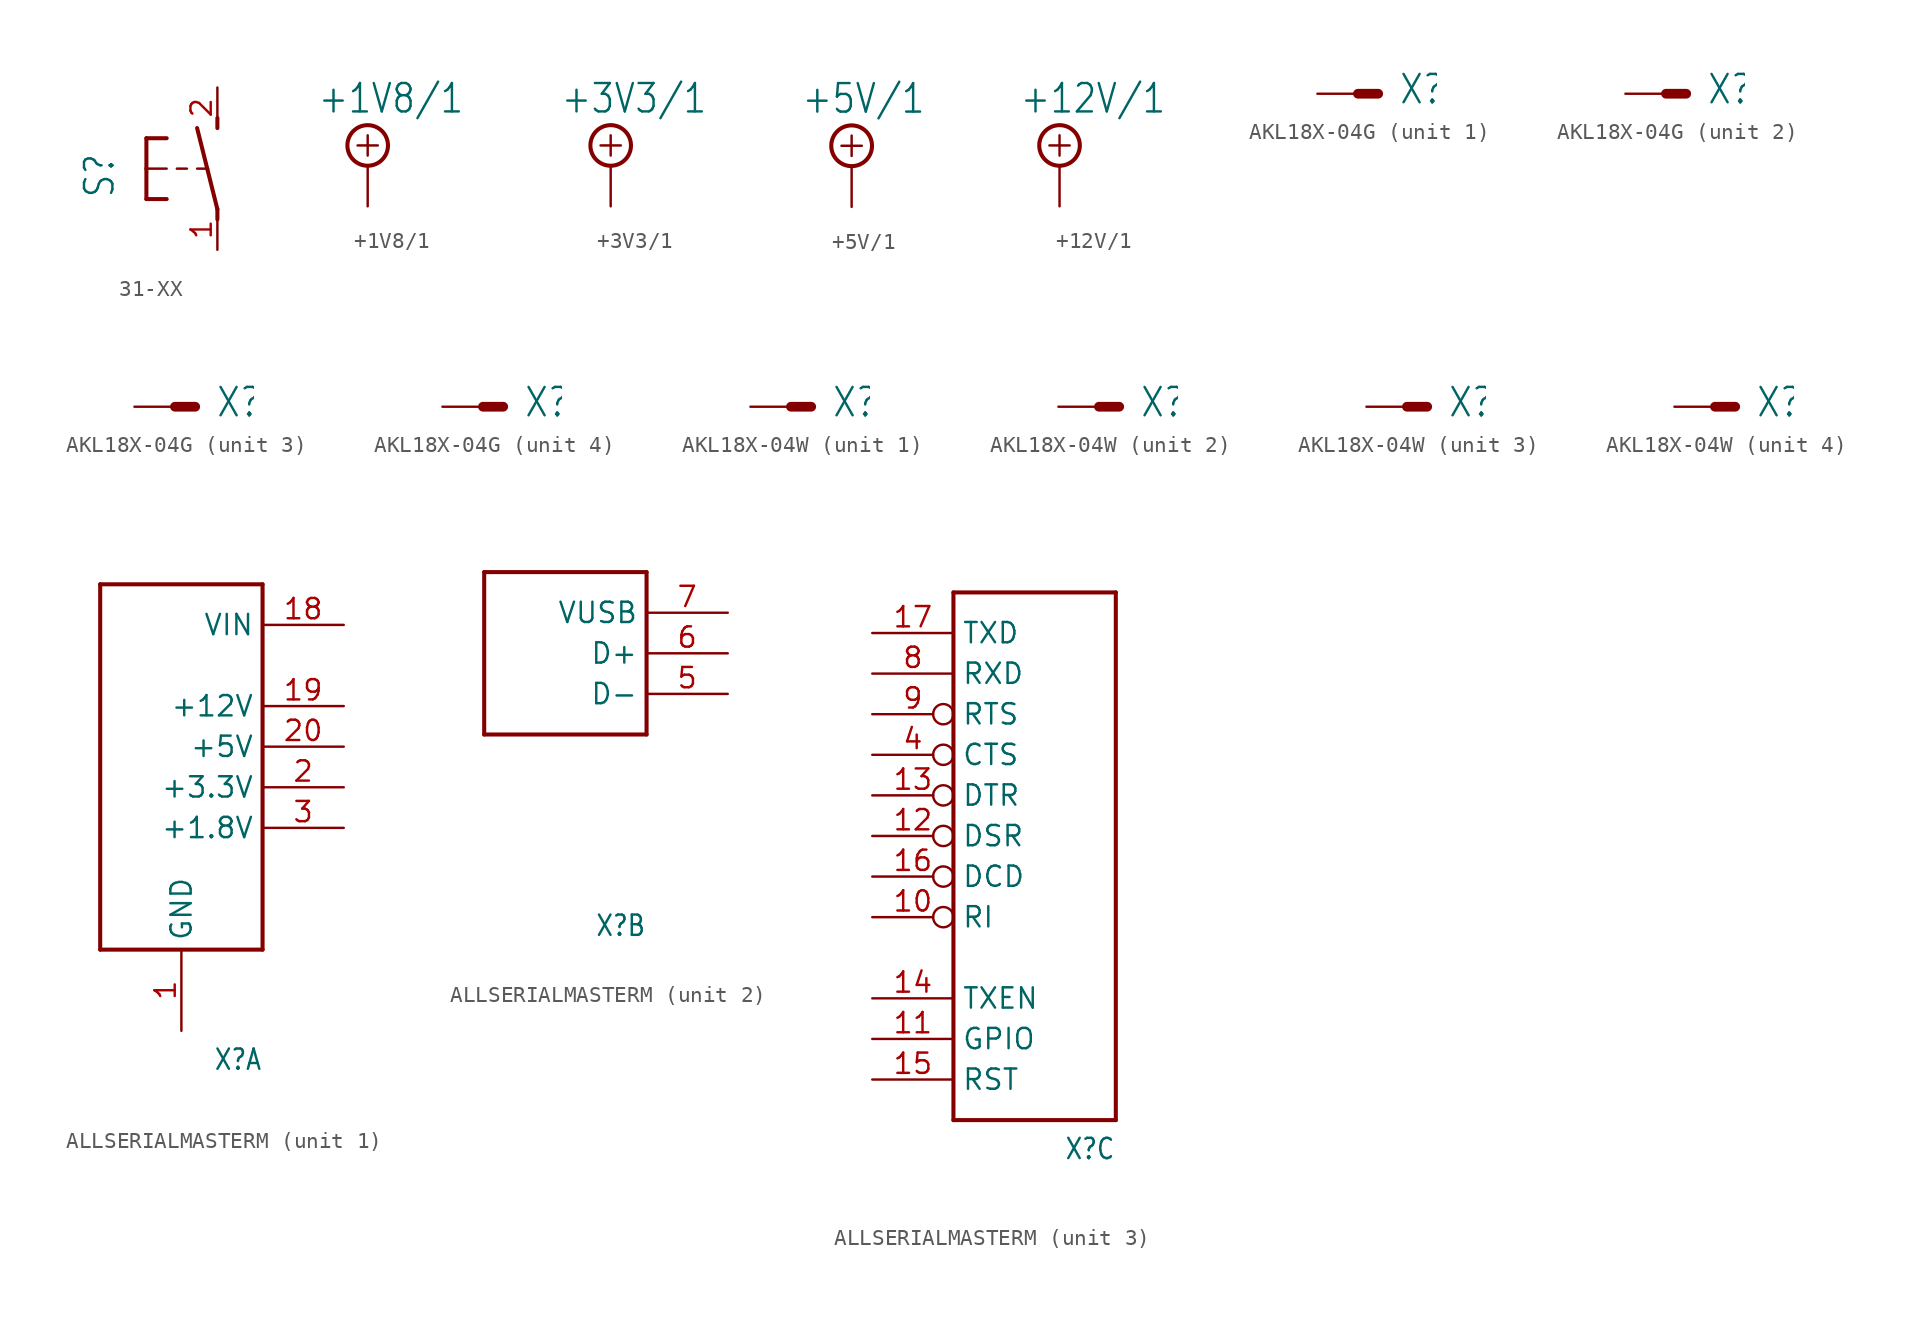
<source format=kicad_sym>
(kicad_symbol_lib
  (version 20220914)
  (generator kicad_symbol_editor)
  (symbol "31-XX"
    (property "Reference" "S"
      (at -6.35 -1.905 90)
      (effects (font (size 1.778 1.511)) (justify left bottom)))
    (property "Value" ""
      (at -3.81 3.175 90)
      (effects (font (size 1.778 1.511)) (justify left bottom)))
    (property "ki_locked" ""
      (at 0 0 0)
      (effects (font (size 1.27 1.27))))
    (symbol "31-XX_1_0"
      (polyline (pts (xy -4.445 -1.905) (xy -3.175 -1.905)) (stroke (width 0.254) (type solid)) (fill (type none)))
      (polyline (pts (xy -4.445 0) (xy -4.445 -1.905)) (stroke (width 0.254) (type solid)) (fill (type none)))
      (polyline (pts (xy -4.445 0) (xy -3.175 0)) (stroke (width 0.152) (type solid)) (fill (type none)))
      (polyline (pts (xy -4.445 1.905) (xy -4.445 0)) (stroke (width 0.254) (type solid)) (fill (type none)))
      (polyline (pts (xy -4.445 1.905) (xy -3.175 1.905)) (stroke (width 0.254) (type solid)) (fill (type none)))
      (polyline (pts (xy -2.54 0) (xy -1.905 0)) (stroke (width 0.152) (type solid)) (fill (type none)))
      (polyline (pts (xy -1.27 0) (xy -0.635 0)) (stroke (width 0.152) (type solid)) (fill (type none)))
      (polyline (pts (xy -0.635 0) (xy -1.27 2.54)) (stroke (width 0.254) (type solid)) (fill (type none)))
      (polyline (pts (xy 0 -3.175) (xy 0 -2.54)) (stroke (width 0.254) (type solid)) (fill (type none)))
      (polyline (pts (xy 0 -2.54) (xy -0.635 0)) (stroke (width 0.254) (type solid)) (fill (type none)))
      (polyline (pts (xy 0 2.54) (xy 0 3.175)) (stroke (width 0.254) (type solid)) (fill (type none)))
      (pin passive line (at 0 -5.08 90) (length 2.54) (name "P" (effects (font (size 0 0)))) (number "1" (effects (font (size 1.27 1.27)))))
      (pin passive line (at 0 5.08 270) (length 2.54) (name "S" (effects (font (size 0 0)))) (number "2" (effects (font (size 1.27 1.27)))))))
  (symbol "+1V8/1"
    (power)
    (property "Reference" ""
      (at 0 0 0)
      (effects (font (size 1.27 1.27)) hide))
    (property "Value" "+1V8/1"
      (at -3.175 3.175 0)
      (effects (font (size 1.778 1.511)) (justify left bottom)))
    (property "ki_locked" ""
      (at 0 0 0)
      (effects (font (size 1.27 1.27))))
    (symbol "+1V8/1_1_0"
      (polyline (pts (xy -0.635 1.27) (xy 0.635 1.27)) (stroke (width 0.152) (type solid)) (fill (type none)))
      (polyline (pts (xy 0 0.635) (xy 0 1.905)) (stroke (width 0.152) (type solid)) (fill (type none)))
      (circle (center 0 1.27) (radius 1.27) (stroke (width 0.254) (type solid)) (fill (type none)))
      (pin power_in line (at 0 -2.54 90) (length 2.54) (name "+1V8/1" (effects (font (size 0 0)))) (number "1" (effects (font (size 0 0)))))))
  (symbol "+3V3/1"
    (power)
    (property "Reference" ""
      (at 0 0 0)
      (effects (font (size 1.27 1.27)) hide))
    (property "Value" "+3V3/1"
      (at -3.175 5.715 0)
      (effects (font (size 1.778 1.511)) (justify left bottom)))
    (property "ki_locked" ""
      (at 0 0 0)
      (effects (font (size 1.27 1.27))))
    (symbol "+3V3/1_1_0"
      (polyline (pts (xy -0.635 3.81) (xy 0.635 3.81)) (stroke (width 0.152) (type solid)) (fill (type none)))
      (polyline (pts (xy 0 3.175) (xy 0 4.445)) (stroke (width 0.152) (type solid)) (fill (type none)))
      (circle (center 0 3.81) (radius 1.27) (stroke (width 0.254) (type solid)) (fill (type none)))
      (pin power_in line (at 0 0 90) (length 2.54) (name "+3V3/1" (effects (font (size 0 0)))) (number "1" (effects (font (size 0 0)))))))
  (symbol "+5V/1"
    (power)
    (property "Reference" "#SUPPLY"
      (at 0 0 0)
      (effects (font (size 1.27 1.27)) hide))
    (property "Value" "+5V/1"
      (at -3.175 3.175 0)
      (effects (font (size 1.778 1.511)) (justify left bottom)))
    (property "ki_locked" ""
      (at 0 0 0)
      (effects (font (size 1.27 1.27))))
    (symbol "+5V/1_1_0"
      (polyline (pts (xy -0.635 1.27) (xy 0.635 1.27)) (stroke (width 0.152) (type solid)) (fill (type none)))
      (polyline (pts (xy 0 0.635) (xy 0 1.905)) (stroke (width 0.152) (type solid)) (fill (type none)))
      (circle (center 0 1.27) (radius 1.27) (stroke (width 0.254) (type solid)) (fill (type none)))
      (pin power_in line (at 0 -2.54 90) (length 2.54) (name "+5V/1" (effects (font (size 0 0)))) (number "1" (effects (font (size 0 0)))))))
  (symbol "+12V/1"
    (power)
    (property "Reference" ""
      (at 0 0 0)
      (effects (font (size 1.27 1.27)) hide))
    (property "Value" "+12V/1"
      (at -2.54 5.715 0)
      (effects (font (size 1.778 1.511)) (justify left bottom)))
    (property "ki_locked" ""
      (at 0 0 0)
      (effects (font (size 1.27 1.27))))
    (symbol "+12V/1_1_0"
      (polyline (pts (xy -0.635 3.81) (xy 0.635 3.81)) (stroke (width 0.152) (type solid)) (fill (type none)))
      (polyline (pts (xy 0 4.445) (xy 0 3.175)) (stroke (width 0.152) (type solid)) (fill (type none)))
      (circle (center 0 3.81) (radius 1.27) (stroke (width 0.254) (type solid)) (fill (type none)))
      (pin power_in line (at 0 0 90) (length 2.54) (name "+12V/1" (effects (font (size 0 0)))) (number "1" (effects (font (size 0 0)))))))
  (symbol "AKL18X-04G"
    (property "Reference" "X"
      (at 2.54 -0.762 0)
      (effects (font (size 1.778 1.511)) (justify left bottom)))
    (property "ki_locked" ""
      (at 0 0 0)
      (effects (font (size 1.27 1.27))))
    (symbol "AKL18X-04G_1_0"
      (polyline (pts (xy 1.27 0) (xy 0 0)) (stroke (width 0.61) (type solid)) (fill (type none)))
      (pin passive line (at -2.54 0 0) (length 2.54) (name "S" (effects (font (size 0 0)))) (number "P$1" (effects (font (size 0 0))))))
    (symbol "AKL18X-04G_2_0"
      (polyline (pts (xy 1.27 0) (xy 0 0)) (stroke (width 0.61) (type solid)) (fill (type none)))
      (pin passive line (at -2.54 0 0) (length 2.54) (name "S" (effects (font (size 0 0)))) (number "P$2" (effects (font (size 0 0))))))
    (symbol "AKL18X-04G_3_0"
      (polyline (pts (xy 1.27 0) (xy 0 0)) (stroke (width 0.61) (type solid)) (fill (type none)))
      (pin passive line (at -2.54 0 0) (length 2.54) (name "S" (effects (font (size 0 0)))) (number "P$3" (effects (font (size 0 0))))))
    (symbol "AKL18X-04G_4_0"
      (polyline (pts (xy 1.27 0) (xy 0 0)) (stroke (width 0.61) (type solid)) (fill (type none)))
      (pin passive line (at -2.54 0 0) (length 2.54) (name "S" (effects (font (size 0 0)))) (number "P$4" (effects (font (size 0 0)))))))
  (symbol "AKL18X-04W"
    (property "Reference" "X"
      (at 2.54 -0.762 0)
      (effects (font (size 1.778 1.511)) (justify left bottom)))
    (property "ki_locked" ""
      (at 0 0 0)
      (effects (font (size 1.27 1.27))))
    (symbol "AKL18X-04W_1_0"
      (polyline (pts (xy 1.27 0) (xy 0 0)) (stroke (width 0.61) (type solid)) (fill (type none)))
      (pin passive line (at -2.54 0 0) (length 2.54) (name "S" (effects (font (size 0 0)))) (number "P$1" (effects (font (size 0 0))))))
    (symbol "AKL18X-04W_2_0"
      (polyline (pts (xy 1.27 0) (xy 0 0)) (stroke (width 0.61) (type solid)) (fill (type none)))
      (pin passive line (at -2.54 0 0) (length 2.54) (name "S" (effects (font (size 0 0)))) (number "P$2" (effects (font (size 0 0))))))
    (symbol "AKL18X-04W_3_0"
      (polyline (pts (xy 1.27 0) (xy 0 0)) (stroke (width 0.61) (type solid)) (fill (type none)))
      (pin passive line (at -2.54 0 0) (length 2.54) (name "S" (effects (font (size 0 0)))) (number "P$3" (effects (font (size 0 0))))))
    (symbol "AKL18X-04W_4_0"
      (polyline (pts (xy 1.27 0) (xy 0 0)) (stroke (width 0.61) (type solid)) (fill (type none)))
      (pin passive line (at -2.54 0 0) (length 2.54) (name "S" (effects (font (size 0 0)))) (number "P$4" (effects (font (size 0 0)))))))
  (symbol "ALLSERIALMASTERM"
    (property "Reference" "X"
      (at 5.08 -17.78 0)
      (effects (font (size 1.27 1.079)) (justify right bottom)))
    (property "ki_locked" ""
      (at 0 0 0)
      (effects (font (size 1.27 1.27))))
    (symbol "ALLSERIALMASTERM_1_0"
      (polyline (pts (xy -5.08 -10.16) (xy 5.08 -10.16)) (stroke (width 0.254) (type solid)) (fill (type none)))
      (polyline (pts (xy -5.08 12.7) (xy -5.08 -10.16)) (stroke (width 0.254) (type solid)) (fill (type none)))
      (polyline (pts (xy 5.08 -10.16) (xy 5.08 12.7)) (stroke (width 0.254) (type solid)) (fill (type none)))
      (polyline (pts (xy 5.08 12.7) (xy -5.08 12.7)) (stroke (width 0.254) (type solid)) (fill (type none)))
      (pin bidirectional line (at 0 -15.24 90) (length 5.08) (name "GND" (effects (font (size 1.27 1.27)))) (number "1" (effects (font (size 1.27 1.27)))))
      (pin bidirectional line (at 10.16 10.16 180) (length 5.08) (name "VIN" (effects (font (size 1.27 1.27)))) (number "18" (effects (font (size 1.27 1.27)))))
      (pin bidirectional line (at 10.16 5.08 180) (length 5.08) (name "+12V" (effects (font (size 1.27 1.27)))) (number "19" (effects (font (size 1.27 1.27)))))
      (pin bidirectional line (at 10.16 0 180) (length 5.08) (name "+3.3V" (effects (font (size 1.27 1.27)))) (number "2" (effects (font (size 1.27 1.27)))))
      (pin bidirectional line (at 10.16 2.54 180) (length 5.08) (name "+5V" (effects (font (size 1.27 1.27)))) (number "20" (effects (font (size 1.27 1.27)))))
      (pin bidirectional line (at 10.16 -2.54 180) (length 5.08) (name "+1.8V" (effects (font (size 1.27 1.27)))) (number "3" (effects (font (size 1.27 1.27))))))
    (symbol "ALLSERIALMASTERM_2_0"
      (polyline (pts (xy -5.08 -5.08) (xy 5.08 -5.08)) (stroke (width 0.254) (type solid)) (fill (type none)))
      (polyline (pts (xy -5.08 5.08) (xy -5.08 -5.08)) (stroke (width 0.254) (type solid)) (fill (type none)))
      (polyline (pts (xy 5.08 -5.08) (xy 5.08 5.08)) (stroke (width 0.254) (type solid)) (fill (type none)))
      (polyline (pts (xy 5.08 5.08) (xy -5.08 5.08)) (stroke (width 0.254) (type solid)) (fill (type none)))
      (pin bidirectional line (at 10.16 -2.54 180) (length 5.08) (name "D-" (effects (font (size 1.27 1.27)))) (number "5" (effects (font (size 1.27 1.27)))))
      (pin bidirectional line (at 10.16 0 180) (length 5.08) (name "D+" (effects (font (size 1.27 1.27)))) (number "6" (effects (font (size 1.27 1.27)))))
      (pin bidirectional line (at 10.16 2.54 180) (length 5.08) (name "VUSB" (effects (font (size 1.27 1.27)))) (number "7" (effects (font (size 1.27 1.27))))))
    (symbol "ALLSERIALMASTERM_3_0"
      (polyline (pts (xy -5.08 -15.24) (xy -5.08 17.78)) (stroke (width 0.254) (type solid)) (fill (type none)))
      (polyline (pts (xy -5.08 17.78) (xy 5.08 17.78)) (stroke (width 0.254) (type solid)) (fill (type none)))
      (polyline (pts (xy 5.08 -15.24) (xy -5.08 -15.24)) (stroke (width 0.254) (type solid)) (fill (type none)))
      (polyline (pts (xy 5.08 17.78) (xy 5.08 -15.24)) (stroke (width 0.254) (type solid)) (fill (type none)))
      (pin output inverted (at -10.16 -2.54 0) (length 5.08) (name "RI" (effects (font (size 1.27 1.27)))) (number "10" (effects (font (size 1.27 1.27)))))
      (pin bidirectional line (at -10.16 -10.16 0) (length 5.08) (name "GPIO" (effects (font (size 1.27 1.27)))) (number "11" (effects (font (size 1.27 1.27)))))
      (pin output inverted (at -10.16 2.54 0) (length 5.08) (name "DSR" (effects (font (size 1.27 1.27)))) (number "12" (effects (font (size 1.27 1.27)))))
      (pin input inverted (at -10.16 5.08 0) (length 5.08) (name "DTR" (effects (font (size 1.27 1.27)))) (number "13" (effects (font (size 1.27 1.27)))))
      (pin input line (at -10.16 -7.62 0) (length 5.08) (name "TXEN" (effects (font (size 1.27 1.27)))) (number "14" (effects (font (size 1.27 1.27)))))
      (pin bidirectional line (at -10.16 -12.7 0) (length 5.08) (name "RST" (effects (font (size 1.27 1.27)))) (number "15" (effects (font (size 1.27 1.27)))))
      (pin output inverted (at -10.16 0 0) (length 5.08) (name "DCD" (effects (font (size 1.27 1.27)))) (number "16" (effects (font (size 1.27 1.27)))))
      (pin input line (at -10.16 15.24 0) (length 5.08) (name "TXD" (effects (font (size 1.27 1.27)))) (number "17" (effects (font (size 1.27 1.27)))))
      (pin output inverted (at -10.16 7.62 0) (length 5.08) (name "CTS" (effects (font (size 1.27 1.27)))) (number "4" (effects (font (size 1.27 1.27)))))
      (pin output line (at -10.16 12.7 0) (length 5.08) (name "RXD" (effects (font (size 1.27 1.27)))) (number "8" (effects (font (size 1.27 1.27)))))
      (pin input inverted (at -10.16 10.16 0) (length 5.08) (name "RTS" (effects (font (size 1.27 1.27)))) (number "9" (effects (font (size 1.27 1.27))))))))
</source>
